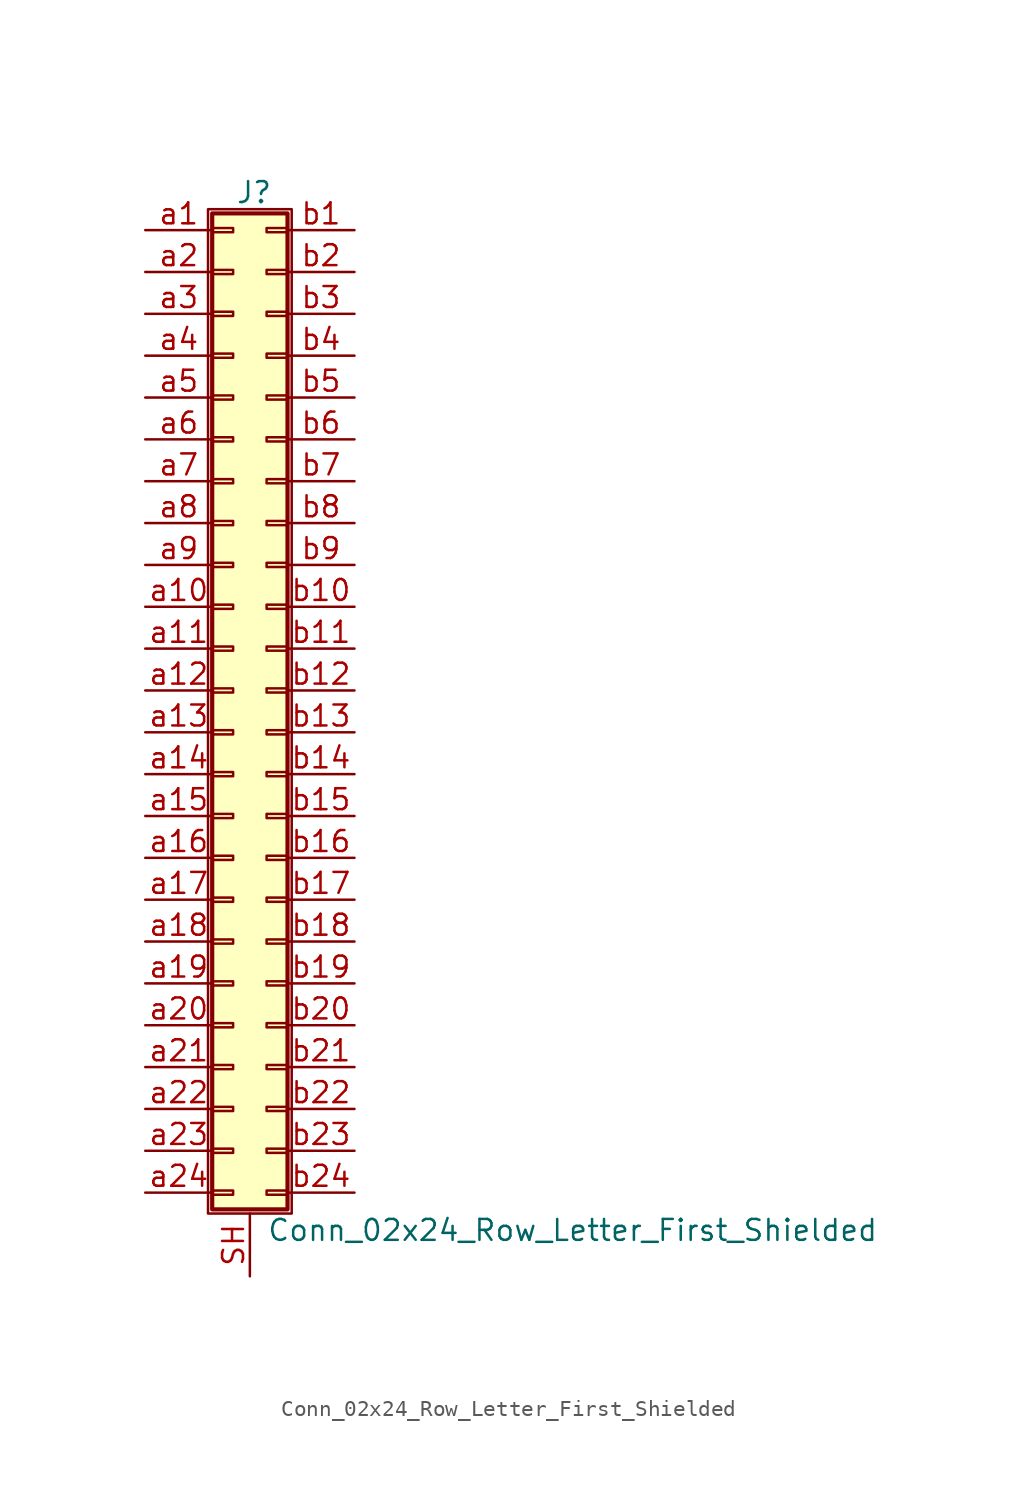
<source format=kicad_sym>
(kicad_symbol_lib
  (version 20201005)
  (generator kicad_symbol_editor)
  (symbol "Conn_02x24_Row_Letter_First_Shielded"
    (pin_names
      (offset 1.016) hide)
    (property "Reference" "J"
      (at 1.524 30.226 0)
      (effects (font (size 1.27 1.27))))
    (property "Value" "Conn_02x24_Row_Letter_First_Shielded"
      (at 2.286 -32.766 0)
      (effects (font (size 1.27 1.27)) (justify left)))
    (symbol "Conn_02x24_Row_Letter_First_Shielded_1_1"
      (rectangle (start -1.27 29.21) (end 3.81 -31.75) (stroke (width 0.152)) (fill (type none)))
      (rectangle (start -1.016 -30.353) (end 0.254 -30.607) (stroke (width 0.152)) (fill (type none)))
      (rectangle (start -1.016 -27.813) (end 0.254 -28.067) (stroke (width 0.152)) (fill (type none)))
      (rectangle (start -1.016 -25.273) (end 0.254 -25.527) (stroke (width 0.152)) (fill (type none)))
      (rectangle (start -1.016 -22.733) (end 0.254 -22.987) (stroke (width 0.152)) (fill (type none)))
      (rectangle (start -1.016 -20.193) (end 0.254 -20.447) (stroke (width 0.152)) (fill (type none)))
      (rectangle (start -1.016 -17.653) (end 0.254 -17.907) (stroke (width 0.152)) (fill (type none)))
      (rectangle (start -1.016 -15.113) (end 0.254 -15.367) (stroke (width 0.152)) (fill (type none)))
      (rectangle (start -1.016 -12.573) (end 0.254 -12.827) (stroke (width 0.152)) (fill (type none)))
      (rectangle (start -1.016 -10.033) (end 0.254 -10.287) (stroke (width 0.152)) (fill (type none)))
      (rectangle (start -1.016 -7.493) (end 0.254 -7.747) (stroke (width 0.152)) (fill (type none)))
      (rectangle (start -1.016 -4.953) (end 0.254 -5.207) (stroke (width 0.152)) (fill (type none)))
      (rectangle (start -1.016 -2.413) (end 0.254 -2.667) (stroke (width 0.152)) (fill (type none)))
      (rectangle (start -1.016 0.127) (end 0.254 -0.127) (stroke (width 0.152)) (fill (type none)))
      (rectangle (start -1.016 2.667) (end 0.254 2.413) (stroke (width 0.152)) (fill (type none)))
      (rectangle (start -1.016 5.207) (end 0.254 4.953) (stroke (width 0.152)) (fill (type none)))
      (rectangle (start -1.016 7.747) (end 0.254 7.493) (stroke (width 0.152)) (fill (type none)))
      (rectangle (start -1.016 10.287) (end 0.254 10.033) (stroke (width 0.152)) (fill (type none)))
      (rectangle (start -1.016 12.827) (end 0.254 12.573) (stroke (width 0.152)) (fill (type none)))
      (rectangle (start -1.016 15.367) (end 0.254 15.113) (stroke (width 0.152)) (fill (type none)))
      (rectangle (start -1.016 17.907) (end 0.254 17.653) (stroke (width 0.152)) (fill (type none)))
      (rectangle (start -1.016 20.447) (end 0.254 20.193) (stroke (width 0.152)) (fill (type none)))
      (rectangle (start -1.016 22.987) (end 0.254 22.733) (stroke (width 0.152)) (fill (type none)))
      (rectangle (start -1.016 25.527) (end 0.254 25.273) (stroke (width 0.152)) (fill (type none)))
      (rectangle (start -1.016 28.067) (end 0.254 27.813) (stroke (width 0.152)) (fill (type none)))
      (rectangle (start -1.016 28.956) (end 3.556 -31.496) (stroke (width 0.254)) (fill (type background)))
      (rectangle (start 3.556 -30.353) (end 2.286 -30.607) (stroke (width 0.152)) (fill (type none)))
      (rectangle (start 3.556 -27.813) (end 2.286 -28.067) (stroke (width 0.152)) (fill (type none)))
      (rectangle (start 3.556 -25.273) (end 2.286 -25.527) (stroke (width 0.152)) (fill (type none)))
      (rectangle (start 3.556 -22.733) (end 2.286 -22.987) (stroke (width 0.152)) (fill (type none)))
      (rectangle (start 3.556 -20.193) (end 2.286 -20.447) (stroke (width 0.152)) (fill (type none)))
      (rectangle (start 3.556 -17.653) (end 2.286 -17.907) (stroke (width 0.152)) (fill (type none)))
      (rectangle (start 3.556 -15.113) (end 2.286 -15.367) (stroke (width 0.152)) (fill (type none)))
      (rectangle (start 3.556 -12.573) (end 2.286 -12.827) (stroke (width 0.152)) (fill (type none)))
      (rectangle (start 3.556 -10.033) (end 2.286 -10.287) (stroke (width 0.152)) (fill (type none)))
      (rectangle (start 3.556 -7.493) (end 2.286 -7.747) (stroke (width 0.152)) (fill (type none)))
      (rectangle (start 3.556 -4.953) (end 2.286 -5.207) (stroke (width 0.152)) (fill (type none)))
      (rectangle (start 3.556 -2.413) (end 2.286 -2.667) (stroke (width 0.152)) (fill (type none)))
      (rectangle (start 3.556 0.127) (end 2.286 -0.127) (stroke (width 0.152)) (fill (type none)))
      (rectangle (start 3.556 2.667) (end 2.286 2.413) (stroke (width 0.152)) (fill (type none)))
      (rectangle (start 3.556 5.207) (end 2.286 4.953) (stroke (width 0.152)) (fill (type none)))
      (rectangle (start 3.556 7.747) (end 2.286 7.493) (stroke (width 0.152)) (fill (type none)))
      (rectangle (start 3.556 10.287) (end 2.286 10.033) (stroke (width 0.152)) (fill (type none)))
      (rectangle (start 3.556 12.827) (end 2.286 12.573) (stroke (width 0.152)) (fill (type none)))
      (rectangle (start 3.556 15.367) (end 2.286 15.113) (stroke (width 0.152)) (fill (type none)))
      (rectangle (start 3.556 17.907) (end 2.286 17.653) (stroke (width 0.152)) (fill (type none)))
      (rectangle (start 3.556 20.447) (end 2.286 20.193) (stroke (width 0.152)) (fill (type none)))
      (rectangle (start 3.556 22.987) (end 2.286 22.733) (stroke (width 0.152)) (fill (type none)))
      (rectangle (start 3.556 25.527) (end 2.286 25.273) (stroke (width 0.152)) (fill (type none)))
      (rectangle (start 3.556 28.067) (end 2.286 27.813) (stroke (width 0.152)) (fill (type none)))
      (pin passive line (at 1.27 -35.56 90) (length 3.81) (name "Shield" (effects (font (size 1.27 1.27)))) (number "SH" (effects (font (size 1.27 1.27)))))
      (pin passive line (at -5.08 27.94 0) (length 4.064) (name "Pin_a1" (effects (font (size 1.27 1.27)))) (number "a1" (effects (font (size 1.27 1.27)))))
      (pin passive line (at -5.08 5.08 0) (length 4.064) (name "Pin_a10" (effects (font (size 1.27 1.27)))) (number "a10" (effects (font (size 1.27 1.27)))))
      (pin passive line (at -5.08 2.54 0) (length 4.064) (name "Pin_a11" (effects (font (size 1.27 1.27)))) (number "a11" (effects (font (size 1.27 1.27)))))
      (pin passive line (at -5.08 0 0) (length 4.064) (name "Pin_a12" (effects (font (size 1.27 1.27)))) (number "a12" (effects (font (size 1.27 1.27)))))
      (pin passive line (at -5.08 -2.54 0) (length 4.064) (name "Pin_a13" (effects (font (size 1.27 1.27)))) (number "a13" (effects (font (size 1.27 1.27)))))
      (pin passive line (at -5.08 -5.08 0) (length 4.064) (name "Pin_a14" (effects (font (size 1.27 1.27)))) (number "a14" (effects (font (size 1.27 1.27)))))
      (pin passive line (at -5.08 -7.62 0) (length 4.064) (name "Pin_a15" (effects (font (size 1.27 1.27)))) (number "a15" (effects (font (size 1.27 1.27)))))
      (pin passive line (at -5.08 -10.16 0) (length 4.064) (name "Pin_a16" (effects (font (size 1.27 1.27)))) (number "a16" (effects (font (size 1.27 1.27)))))
      (pin passive line (at -5.08 -12.7 0) (length 4.064) (name "Pin_a17" (effects (font (size 1.27 1.27)))) (number "a17" (effects (font (size 1.27 1.27)))))
      (pin passive line (at -5.08 -15.24 0) (length 4.064) (name "Pin_a18" (effects (font (size 1.27 1.27)))) (number "a18" (effects (font (size 1.27 1.27)))))
      (pin passive line (at -5.08 -17.78 0) (length 4.064) (name "Pin_a19" (effects (font (size 1.27 1.27)))) (number "a19" (effects (font (size 1.27 1.27)))))
      (pin passive line (at -5.08 25.4 0) (length 4.064) (name "Pin_a2" (effects (font (size 1.27 1.27)))) (number "a2" (effects (font (size 1.27 1.27)))))
      (pin passive line (at -5.08 -20.32 0) (length 4.064) (name "Pin_a20" (effects (font (size 1.27 1.27)))) (number "a20" (effects (font (size 1.27 1.27)))))
      (pin passive line (at -5.08 -22.86 0) (length 4.064) (name "Pin_a21" (effects (font (size 1.27 1.27)))) (number "a21" (effects (font (size 1.27 1.27)))))
      (pin passive line (at -5.08 -25.4 0) (length 4.064) (name "Pin_a22" (effects (font (size 1.27 1.27)))) (number "a22" (effects (font (size 1.27 1.27)))))
      (pin passive line (at -5.08 -27.94 0) (length 4.064) (name "Pin_a23" (effects (font (size 1.27 1.27)))) (number "a23" (effects (font (size 1.27 1.27)))))
      (pin passive line (at -5.08 -30.48 0) (length 4.064) (name "Pin_a24" (effects (font (size 1.27 1.27)))) (number "a24" (effects (font (size 1.27 1.27)))))
      (pin passive line (at -5.08 22.86 0) (length 4.064) (name "Pin_a3" (effects (font (size 1.27 1.27)))) (number "a3" (effects (font (size 1.27 1.27)))))
      (pin passive line (at -5.08 20.32 0) (length 4.064) (name "Pin_a4" (effects (font (size 1.27 1.27)))) (number "a4" (effects (font (size 1.27 1.27)))))
      (pin passive line (at -5.08 17.78 0) (length 4.064) (name "Pin_a5" (effects (font (size 1.27 1.27)))) (number "a5" (effects (font (size 1.27 1.27)))))
      (pin passive line (at -5.08 15.24 0) (length 4.064) (name "Pin_a6" (effects (font (size 1.27 1.27)))) (number "a6" (effects (font (size 1.27 1.27)))))
      (pin passive line (at -5.08 12.7 0) (length 4.064) (name "Pin_a7" (effects (font (size 1.27 1.27)))) (number "a7" (effects (font (size 1.27 1.27)))))
      (pin passive line (at -5.08 10.16 0) (length 4.064) (name "Pin_a8" (effects (font (size 1.27 1.27)))) (number "a8" (effects (font (size 1.27 1.27)))))
      (pin passive line (at -5.08 7.62 0) (length 4.064) (name "Pin_a9" (effects (font (size 1.27 1.27)))) (number "a9" (effects (font (size 1.27 1.27)))))
      (pin passive line (at 7.62 27.94 180) (length 4.064) (name "Pin_b1" (effects (font (size 1.27 1.27)))) (number "b1" (effects (font (size 1.27 1.27)))))
      (pin passive line (at 7.62 5.08 180) (length 4.064) (name "Pin_b10" (effects (font (size 1.27 1.27)))) (number "b10" (effects (font (size 1.27 1.27)))))
      (pin passive line (at 7.62 2.54 180) (length 4.064) (name "Pin_b11" (effects (font (size 1.27 1.27)))) (number "b11" (effects (font (size 1.27 1.27)))))
      (pin passive line (at 7.62 0 180) (length 4.064) (name "Pin_b12" (effects (font (size 1.27 1.27)))) (number "b12" (effects (font (size 1.27 1.27)))))
      (pin passive line (at 7.62 -2.54 180) (length 4.064) (name "Pin_b13" (effects (font (size 1.27 1.27)))) (number "b13" (effects (font (size 1.27 1.27)))))
      (pin passive line (at 7.62 -5.08 180) (length 4.064) (name "Pin_b14" (effects (font (size 1.27 1.27)))) (number "b14" (effects (font (size 1.27 1.27)))))
      (pin passive line (at 7.62 -7.62 180) (length 4.064) (name "Pin_b15" (effects (font (size 1.27 1.27)))) (number "b15" (effects (font (size 1.27 1.27)))))
      (pin passive line (at 7.62 -10.16 180) (length 4.064) (name "Pin_b16" (effects (font (size 1.27 1.27)))) (number "b16" (effects (font (size 1.27 1.27)))))
      (pin passive line (at 7.62 -12.7 180) (length 4.064) (name "Pin_b17" (effects (font (size 1.27 1.27)))) (number "b17" (effects (font (size 1.27 1.27)))))
      (pin passive line (at 7.62 -15.24 180) (length 4.064) (name "Pin_b18" (effects (font (size 1.27 1.27)))) (number "b18" (effects (font (size 1.27 1.27)))))
      (pin passive line (at 7.62 -17.78 180) (length 4.064) (name "Pin_b19" (effects (font (size 1.27 1.27)))) (number "b19" (effects (font (size 1.27 1.27)))))
      (pin passive line (at 7.62 25.4 180) (length 4.064) (name "Pin_b2" (effects (font (size 1.27 1.27)))) (number "b2" (effects (font (size 1.27 1.27)))))
      (pin passive line (at 7.62 -20.32 180) (length 4.064) (name "Pin_b20" (effects (font (size 1.27 1.27)))) (number "b20" (effects (font (size 1.27 1.27)))))
      (pin passive line (at 7.62 -22.86 180) (length 4.064) (name "Pin_b21" (effects (font (size 1.27 1.27)))) (number "b21" (effects (font (size 1.27 1.27)))))
      (pin passive line (at 7.62 -25.4 180) (length 4.064) (name "Pin_b22" (effects (font (size 1.27 1.27)))) (number "b22" (effects (font (size 1.27 1.27)))))
      (pin passive line (at 7.62 -27.94 180) (length 4.064) (name "Pin_b23" (effects (font (size 1.27 1.27)))) (number "b23" (effects (font (size 1.27 1.27)))))
      (pin passive line (at 7.62 -30.48 180) (length 4.064) (name "Pin_b24" (effects (font (size 1.27 1.27)))) (number "b24" (effects (font (size 1.27 1.27)))))
      (pin passive line (at 7.62 22.86 180) (length 4.064) (name "Pin_b3" (effects (font (size 1.27 1.27)))) (number "b3" (effects (font (size 1.27 1.27)))))
      (pin passive line (at 7.62 20.32 180) (length 4.064) (name "Pin_b4" (effects (font (size 1.27 1.27)))) (number "b4" (effects (font (size 1.27 1.27)))))
      (pin passive line (at 7.62 17.78 180) (length 4.064) (name "Pin_b5" (effects (font (size 1.27 1.27)))) (number "b5" (effects (font (size 1.27 1.27)))))
      (pin passive line (at 7.62 15.24 180) (length 4.064) (name "Pin_b6" (effects (font (size 1.27 1.27)))) (number "b6" (effects (font (size 1.27 1.27)))))
      (pin passive line (at 7.62 12.7 180) (length 4.064) (name "Pin_b7" (effects (font (size 1.27 1.27)))) (number "b7" (effects (font (size 1.27 1.27)))))
      (pin passive line (at 7.62 10.16 180) (length 4.064) (name "Pin_b8" (effects (font (size 1.27 1.27)))) (number "b8" (effects (font (size 1.27 1.27)))))
      (pin passive line (at 7.62 7.62 180) (length 4.064) (name "Pin_b9" (effects (font (size 1.27 1.27)))) (number "b9" (effects (font (size 1.27 1.27))))))))
</source>
